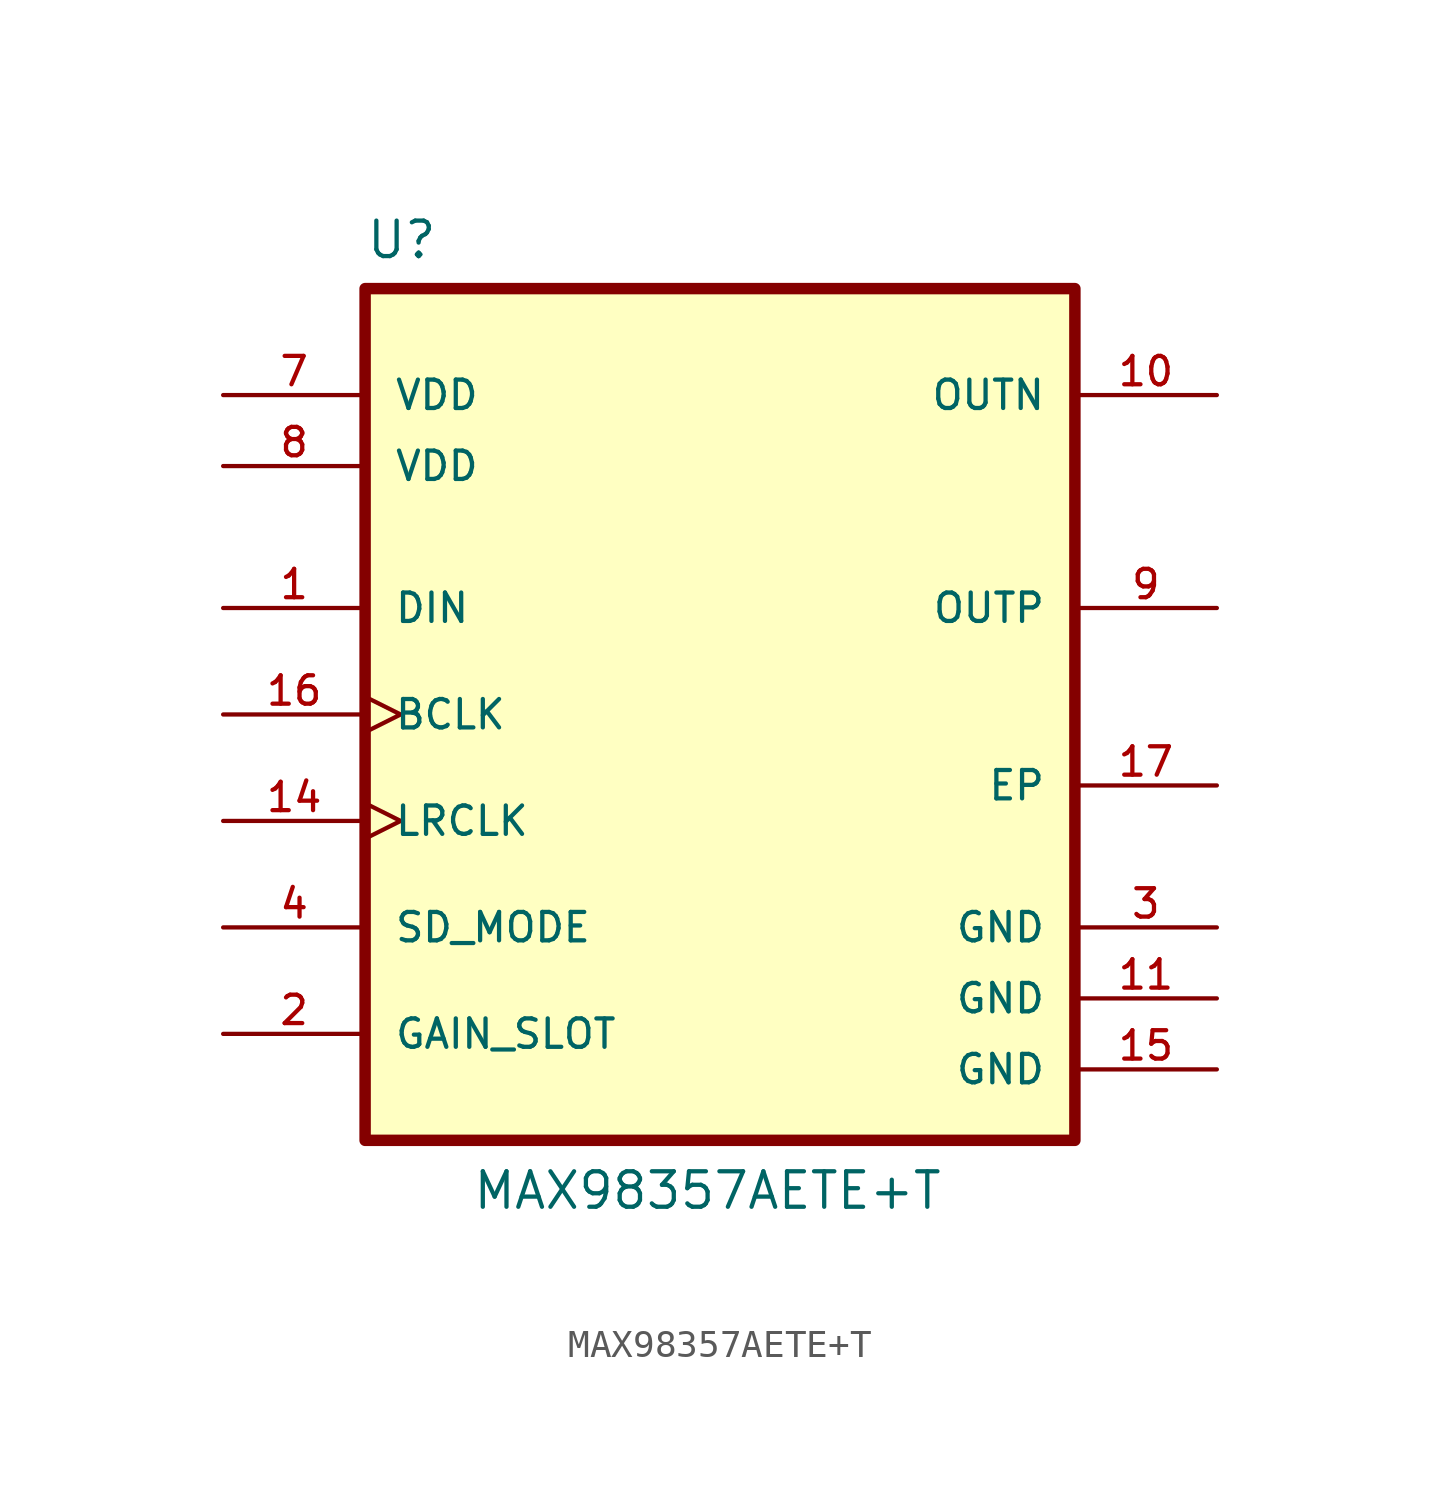
<source format=kicad_sym>
(kicad_symbol_lib
  (version 20220914)
  (generator kicad_symbol_editor)
  (symbol "MAX98357AETE+T"
    (pin_names
      (offset 1.016))
    (property "Reference" "U"
      (at -12.7 16.24 0)
      (effects (font (size 1.27 1.27)) (justify left bottom)))
    (property "Value" "MAX98357AETE+T"
      (at -8.89 -17.78 0)
      (effects (font (size 1.27 1.27)) (justify left bottom)))
    (symbol "MAX98357AETE+T_0_0"
      (rectangle (start -12.7 15.24) (end 12.7 -15.24) (stroke (width 0.41) (type default)) (fill (type background)))
      (pin input line (at -17.78 3.81 0) (length 5.08) (name "DIN" (effects (font (size 1.016 1.016)))) (number "1" (effects (font (size 1.016 1.016)))))
      (pin output line (at 17.78 11.43 180) (length 5.08) (name "OUTN" (effects (font (size 1.016 1.016)))) (number "10" (effects (font (size 1.016 1.016)))))
      (pin power_in line (at 17.78 -10.16 180) (length 5.08) (name "GND" (effects (font (size 1.016 1.016)))) (number "11" (effects (font (size 1.016 1.016)))))
      (pin input clock (at -17.78 -3.81 0) (length 5.08) (name "LRCLK" (effects (font (size 1.016 1.016)))) (number "14" (effects (font (size 1.016 1.016)))))
      (pin power_in line (at 17.78 -12.7 180) (length 5.08) (name "GND" (effects (font (size 1.016 1.016)))) (number "15" (effects (font (size 1.016 1.016)))))
      (pin input clock (at -17.78 0 0) (length 5.08) (name "BCLK" (effects (font (size 1.016 1.016)))) (number "16" (effects (font (size 1.016 1.016)))))
      (pin power_in line (at 17.78 -2.54 180) (length 5.08) (name "EP" (effects (font (size 1.016 1.016)))) (number "17" (effects (font (size 1.016 1.016)))))
      (pin input line (at -17.78 -11.43 0) (length 5.08) (name "GAIN_SLOT" (effects (font (size 1.016 1.016)))) (number "2" (effects (font (size 1.016 1.016)))))
      (pin power_in line (at 17.78 -7.62 180) (length 5.08) (name "GND" (effects (font (size 1.016 1.016)))) (number "3" (effects (font (size 1.016 1.016)))))
      (pin input line (at -17.78 -7.62 0) (length 5.08) (name "SD_MODE" (effects (font (size 1.016 1.016)))) (number "4" (effects (font (size 1.016 1.016)))))
      (pin power_in line (at -17.78 11.43 0) (length 5.08) (name "VDD" (effects (font (size 1.016 1.016)))) (number "7" (effects (font (size 1.016 1.016)))))
      (pin power_in line (at -17.78 8.89 0) (length 5.08) (name "VDD" (effects (font (size 1.016 1.016)))) (number "8" (effects (font (size 1.016 1.016)))))
      (pin output line (at 17.78 3.81 180) (length 5.08) (name "OUTP" (effects (font (size 1.016 1.016)))) (number "9" (effects (font (size 1.016 1.016))))))))
</source>
